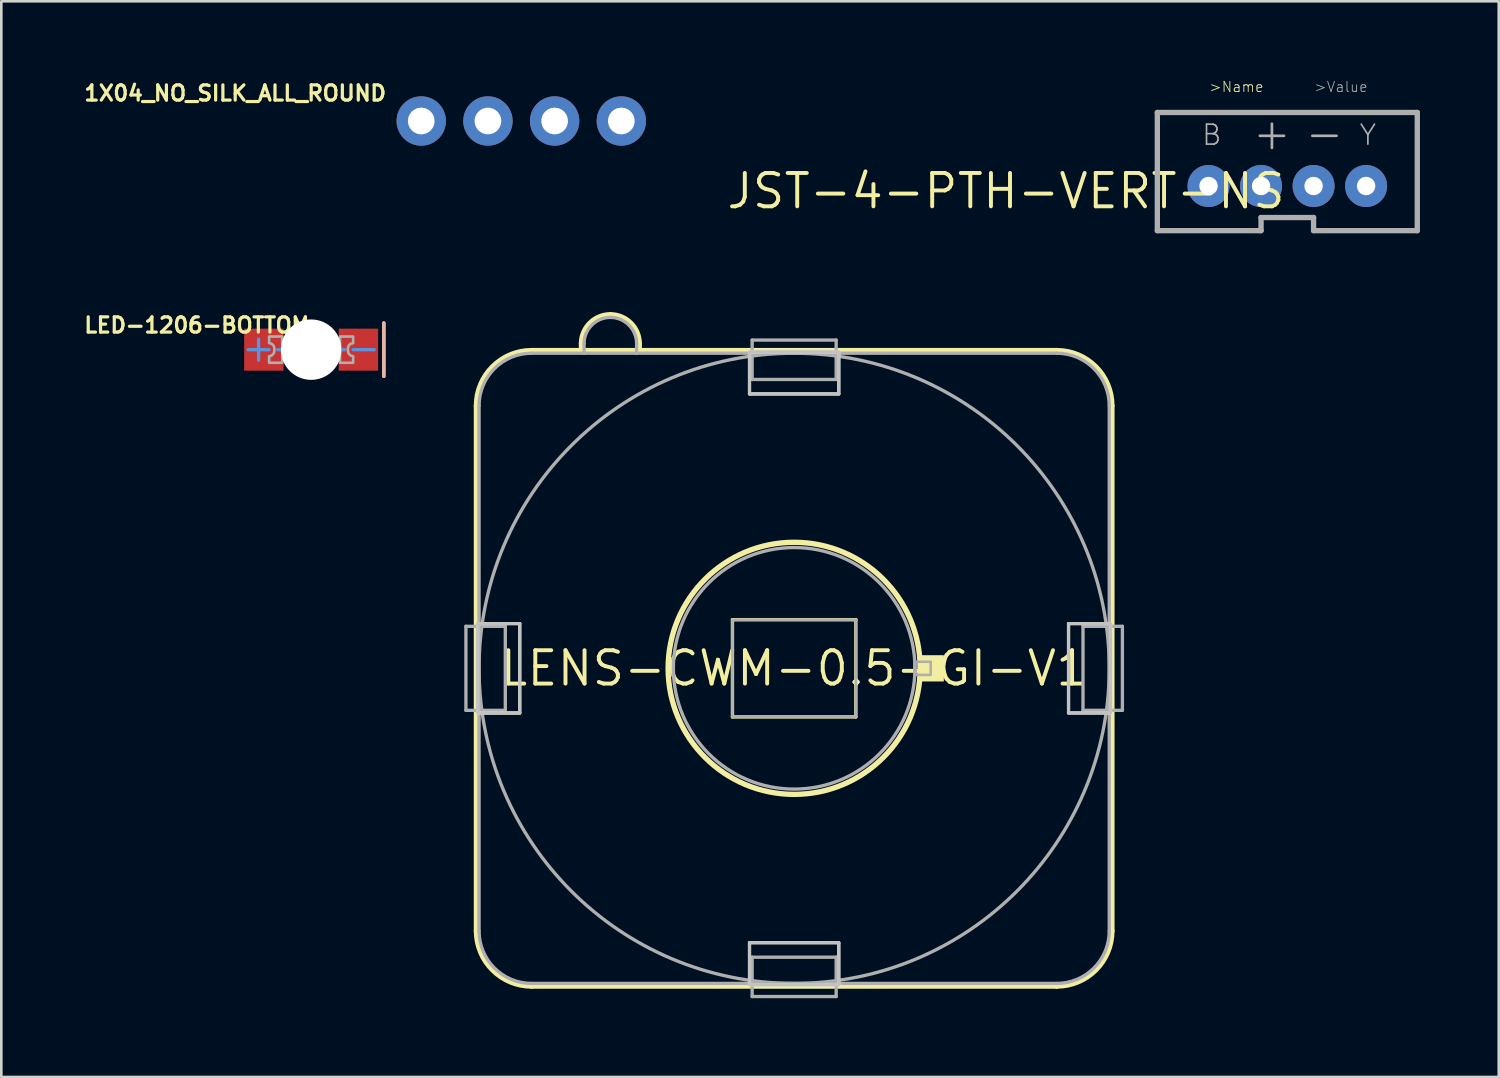
<source format=kicad_pcb>
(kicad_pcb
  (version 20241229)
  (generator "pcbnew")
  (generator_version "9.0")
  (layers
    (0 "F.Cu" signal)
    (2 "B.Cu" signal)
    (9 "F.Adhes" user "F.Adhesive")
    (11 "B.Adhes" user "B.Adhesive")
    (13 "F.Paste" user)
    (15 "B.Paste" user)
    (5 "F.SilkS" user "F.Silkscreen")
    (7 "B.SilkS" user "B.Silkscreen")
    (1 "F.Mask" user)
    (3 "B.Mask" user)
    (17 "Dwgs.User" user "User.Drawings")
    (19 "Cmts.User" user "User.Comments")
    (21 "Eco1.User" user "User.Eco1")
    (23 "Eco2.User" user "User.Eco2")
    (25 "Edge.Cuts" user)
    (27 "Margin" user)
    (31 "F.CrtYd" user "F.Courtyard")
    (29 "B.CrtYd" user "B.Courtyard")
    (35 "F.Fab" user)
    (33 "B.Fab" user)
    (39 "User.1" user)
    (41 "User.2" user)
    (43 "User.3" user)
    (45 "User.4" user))
  (footprint "LENS-CWM-0.5-GI-V1"
    (layer "F.Cu")
    (at 27.194 22.402)
    (property "Reference" "LENS-CWM-0.5-GI-V1" (at 0 0 0) (layer "F.SilkS") (effects (font (size 1.27 1.27) (thickness 0.15))))
    (attr through_hole)
    (fp_line (start -12.1 -10) (end -12.1 10) (stroke (width 0.203) (type solid)) (layer "F.SilkS"))
    (fp_line (start -10 12.1) (end 10 12.1) (stroke (width 0.203) (type solid)) (layer "F.SilkS"))
    (fp_line (start -8.1 -12.1) (end -10 -12.1) (stroke (width 0.203) (type solid)) (layer "F.SilkS"))
    (fp_line (start -8.1 -12.1) (end -8.1 -12.365) (stroke (width 0.203) (type solid)) (layer "F.SilkS"))
    (fp_line (start -5.9 -12.365) (end -5.9 -12.1) (stroke (width 0.203) (type solid)) (layer "F.SilkS"))
    (fp_line (start -5.9 -12.1) (end -8.1 -12.1) (stroke (width 0.203) (type solid)) (layer "F.SilkS"))
    (fp_line (start -2.35 -1.85) (end -2.35 1.85) (stroke (width 0.127) (type solid)) (layer "F.SilkS"))
    (fp_line (start -2.35 1.85) (end 2.35 1.85) (stroke (width 0.127) (type solid)) (layer "F.SilkS"))
    (fp_line (start 2.35 -1.85) (end -2.35 -1.85) (stroke (width 0.127) (type solid)) (layer "F.SilkS"))
    (fp_line (start 2.35 1.85) (end 2.35 -1.85) (stroke (width 0.127) (type solid)) (layer "F.SilkS"))
    (fp_line (start 10 -12.1) (end -5.9 -12.1) (stroke (width 0.203) (type solid)) (layer "F.SilkS"))
    (fp_line (start 12.1 10) (end 12.1 -10) (stroke (width 0.203) (type solid)) (layer "F.SilkS"))
    (fp_arc (start -12.1 -10) (mid -11.484924 -11.484924) (end -10 -12.1) (stroke (width 0.2032) (type solid)) (layer "F.SilkS"))
    (fp_arc (start -10 12.1) (mid -11.484924 11.484924) (end -12.1 10) (stroke (width 0.2032) (type solid)) (layer "F.SilkS"))
    (fp_arc (start -8.1 -12.365) (mid -7.777817 -13.142817) (end -7 -13.465) (stroke (width 0.2032) (type solid)) (layer "F.SilkS"))
    (fp_arc (start -7 -13.465) (mid -6.222183 -13.142817) (end -5.9 -12.365) (stroke (width 0.2032) (type solid)) (layer "F.SilkS"))
    (fp_arc (start 10 -12.1) (mid 11.484924 -11.484924) (end 12.1 -10) (stroke (width 0.2032) (type solid)) (layer "F.SilkS"))
    (fp_arc (start 12.1 10) (mid 11.484924 11.484924) (end 10 12.1) (stroke (width 0.2032) (type solid)) (layer "F.SilkS"))
    (fp_circle (center 0 0) (end 4.8 0) (stroke (width 0.203) (type solid)) (fill no) (layer "F.SilkS"))
    (fp_poly (pts (xy 5.7 -0.5) (xy 4.7 -0.5) (xy 4.7 0.5) (xy 5.7 0.5)) (stroke (width 0) (type solid)) (fill yes) (layer "F.SilkS"))
    (fp_poly (pts (xy -12.05 -1.7) (xy -10.45 -1.7) (xy -10.45 1.7) (xy -12.05 1.7)) (stroke (width 0.1) (type solid)) (fill no) (layer "Dwgs.User"))
    (fp_poly (pts (xy -12.05 -1.7) (xy -10.45 -1.7) (xy -10.45 1.7) (xy -12.05 1.7)) (stroke (width 0.1) (type solid)) (fill no) (layer "Dwgs.User"))
    (fp_poly (pts (xy -1.7 12.05) (xy -1.7 10.45) (xy 1.7 10.45) (xy 1.7 12.05)) (stroke (width 0.1) (type solid)) (fill no) (layer "Dwgs.User"))
    (fp_poly (pts (xy -1.7 12.05) (xy -1.7 10.45) (xy 1.7 10.45) (xy 1.7 12.05)) (stroke (width 0.1) (type solid)) (fill no) (layer "Dwgs.User"))
    (fp_poly (pts (xy 1.7 -12.05) (xy 1.7 -10.45) (xy -1.7 -10.45) (xy -1.7 -12.05)) (stroke (width 0.1) (type solid)) (fill no) (layer "Dwgs.User"))
    (fp_poly (pts (xy 1.7 -12.05) (xy 1.7 -10.45) (xy -1.7 -10.45) (xy -1.7 -12.05)) (stroke (width 0.1) (type solid)) (fill no) (layer "Dwgs.User"))
    (fp_poly (pts (xy 12.05 1.7) (xy 10.45 1.7) (xy 10.45 -1.7) (xy 12.05 -1.7)) (stroke (width 0.1) (type solid)) (fill no) (layer "Dwgs.User"))
    (fp_poly (pts (xy 12.05 1.7) (xy 10.45 1.7) (xy 10.45 -1.7) (xy 12.05 -1.7)) (stroke (width 0.1) (type solid)) (fill no) (layer "Dwgs.User"))
    (fp_line (start -12.05 -1.7) (end -12.05 1.7) (stroke (width 0.127) (type solid)) (layer "Edge.Cuts"))
    (fp_line (start -12.05 -1.7) (end -10.45 -1.7) (stroke (width 0.127) (type solid)) (layer "Edge.Cuts"))
    (fp_line (start -10.45 -1.7) (end -10.45 1.7) (stroke (width 0.127) (type solid)) (layer "Edge.Cuts"))
    (fp_line (start -10.45 1.7) (end -12.05 1.7) (stroke (width 0.127) (type solid)) (layer "Edge.Cuts"))
    (fp_line (start -1.7 -12.05) (end 1.7 -12.05) (stroke (width 0.127) (type solid)) (layer "Edge.Cuts"))
    (fp_line (start -1.7 -10.45) (end -1.7 -12.05) (stroke (width 0.127) (type solid)) (layer "Edge.Cuts"))
    (fp_line (start -1.7 -10.45) (end 1.7 -10.45) (stroke (width 0.127) (type solid)) (layer "Edge.Cuts"))
    (fp_line (start -1.7 10.45) (end 1.7 10.45) (stroke (width 0.127) (type solid)) (layer "Edge.Cuts"))
    (fp_line (start -1.7 12.05) (end -1.7 10.45) (stroke (width 0.127) (type solid)) (layer "Edge.Cuts"))
    (fp_line (start -1.7 12.05) (end 1.7 12.05) (stroke (width 0.127) (type solid)) (layer "Edge.Cuts"))
    (fp_line (start 1.7 -12.05) (end 1.7 -10.45) (stroke (width 0.127) (type solid)) (layer "Edge.Cuts"))
    (fp_line (start 1.7 10.45) (end 1.7 12.05) (stroke (width 0.127) (type solid)) (layer "Edge.Cuts"))
    (fp_line (start 10.45 -1.7) (end 10.45 1.7) (stroke (width 0.127) (type solid)) (layer "Edge.Cuts"))
    (fp_line (start 10.45 -1.7) (end 12.05 -1.7) (stroke (width 0.127) (type solid)) (layer "Edge.Cuts"))
    (fp_line (start 12.05 -1.7) (end 12.05 1.7) (stroke (width 0.127) (type solid)) (layer "Edge.Cuts"))
    (fp_line (start 12.05 1.7) (end 10.45 1.7) (stroke (width 0.127) (type solid)) (layer "Edge.Cuts"))
    (fp_poly (pts (xy -12.05 -1.7) (xy -10.45 -1.7) (xy -10.45 1.7) (xy -12.05 1.7)) (stroke (width 0.1) (type solid)) (fill no) (layer "Edge.Cuts"))
    (fp_poly (pts (xy -12.05 -1.7) (xy -10.45 -1.7) (xy -10.45 1.7) (xy -12.05 1.7)) (stroke (width 0.1) (type solid)) (fill no) (layer "Edge.Cuts"))
    (fp_poly (pts (xy -1.7 12.05) (xy -1.7 10.45) (xy 1.7 10.45) (xy 1.7 12.05)) (stroke (width 0.1) (type solid)) (fill no) (layer "Edge.Cuts"))
    (fp_poly (pts (xy 1.7 -12.05) (xy 1.7 -10.45) (xy -1.7 -10.45) (xy -1.7 -12.05)) (stroke (width 0.1) (type solid)) (fill no) (layer "Edge.Cuts"))
    (fp_poly (pts (xy 12.05 1.7) (xy 10.45 1.7) (xy 10.45 -1.7) (xy 12.05 -1.7)) (stroke (width 0.1) (type solid)) (fill no) (layer "Edge.Cuts"))
    (fp_line (start -12.5 -1.6) (end -12.5 1.6) (stroke (width 0.127) (type solid)) (layer "F.Fab"))
    (fp_line (start -12.5 -1.6) (end -11 -1.6) (stroke (width 0.127) (type solid)) (layer "F.Fab"))
    (fp_line (start -12.5 1.6) (end -11 1.6) (stroke (width 0.127) (type solid)) (layer "F.Fab"))
    (fp_line (start -12 -10) (end -12 10) (stroke (width 0.127) (type solid)) (layer "F.Fab"))
    (fp_line (start -11 1.6) (end -11 -1.6) (stroke (width 0.127) (type solid)) (layer "F.Fab"))
    (fp_line (start -10 12) (end 10 12) (stroke (width 0.127) (type solid)) (layer "F.Fab"))
    (fp_line (start -8 -12) (end -10 -12) (stroke (width 0.127) (type solid)) (layer "F.Fab"))
    (fp_line (start -8 -12) (end -8 -12.365) (stroke (width 0.127) (type solid)) (layer "F.Fab"))
    (fp_line (start -6 -12.365) (end -6 -12) (stroke (width 0.127) (type solid)) (layer "F.Fab"))
    (fp_line (start -6 -12) (end -8 -12) (stroke (width 0.127) (type solid)) (layer "F.Fab"))
    (fp_line (start -1.6 -12.5) (end -1.6 -11) (stroke (width 0.127) (type solid)) (layer "F.Fab"))
    (fp_line (start -1.6 -11) (end 1.6 -11) (stroke (width 0.127) (type solid)) (layer "F.Fab"))
    (fp_line (start -1.6 12.5) (end -1.6 11) (stroke (width 0.127) (type solid)) (layer "F.Fab"))
    (fp_line (start -1.6 12.5) (end 1.6 12.5) (stroke (width 0.127) (type solid)) (layer "F.Fab"))
    (fp_line (start 1.6 -12.5) (end -1.6 -12.5) (stroke (width 0.127) (type solid)) (layer "F.Fab"))
    (fp_line (start 1.6 -12.5) (end 1.6 -11) (stroke (width 0.127) (type solid)) (layer "F.Fab"))
    (fp_line (start 1.6 11) (end -1.6 11) (stroke (width 0.127) (type solid)) (layer "F.Fab"))
    (fp_line (start 1.6 12.5) (end 1.6 11) (stroke (width 0.127) (type solid)) (layer "F.Fab"))
    (fp_line (start 4.6 -0.2) (end 4.6 0.2) (stroke (width 0.127) (type solid)) (layer "F.Fab"))
    (fp_line (start 10 -12) (end -6 -12) (stroke (width 0.127) (type solid)) (layer "F.Fab"))
    (fp_line (start 11 -1.6) (end 11 1.6) (stroke (width 0.127) (type solid)) (layer "F.Fab"))
    (fp_line (start 12 10) (end 12 -10) (stroke (width 0.127) (type solid)) (layer "F.Fab"))
    (fp_line (start 12.5 -1.6) (end 11 -1.6) (stroke (width 0.127) (type solid)) (layer "F.Fab"))
    (fp_line (start 12.5 1.6) (end 11 1.6) (stroke (width 0.127) (type solid)) (layer "F.Fab"))
    (fp_line (start 12.5 1.6) (end 12.5 -1.6) (stroke (width 0.127) (type solid)) (layer "F.Fab"))
    (fp_arc (start -12 -10) (mid -11.414214 -11.414214) (end -10 -12) (stroke (width 0.127) (type solid)) (layer "F.Fab"))
    (fp_arc (start -10 12) (mid -11.414214 11.414214) (end -12 10) (stroke (width 0.127) (type solid)) (layer "F.Fab"))
    (fp_arc (start -8 -12.365) (mid -7.707107 -13.072107) (end -7 -13.365) (stroke (width 0.127) (type solid)) (layer "F.Fab"))
    (fp_arc (start -7 -13.365) (mid -6.292893 -13.072107) (end -6 -12.365) (stroke (width 0.127) (type solid)) (layer "F.Fab"))
    (fp_arc (start 10 -12) (mid 11.414214 -11.414214) (end 12 -10) (stroke (width 0.127) (type solid)) (layer "F.Fab"))
    (fp_arc (start 12 10) (mid 11.414214 11.414214) (end 10 12) (stroke (width 0.127) (type solid)) (layer "F.Fab"))
    (fp_circle (center 0 0) (end 4.6 0) (stroke (width 0.127) (type solid)) (fill no) (layer "F.Fab"))
    (fp_circle (center 0 0) (end 12 0) (stroke (width 0.127) (type solid)) (fill no) (layer "F.Fab"))
    (fp_poly (pts (xy 2.35 -1.85) (xy -2.35 -1.85) (xy -2.35 1.85) (xy 2.35 1.85)) (stroke (width 0.1) (type solid)) (fill no) (layer "F.Fab"))
    (fp_poly (pts (xy 5.2 -0.25) (xy 4.6 -0.25) (xy 4.6 0.25) (xy 5.2 0.25)) (stroke (width 0.1) (type solid)) (fill no) (layer "F.Fab")))
  (footprint "1X04_NO_SILK_ALL_ROUND"
    (layer "F.Cu")
    (at 12.992 1.558)
    (property "Reference" "1X04_NO_SILK_ALL_ROUND" (at -1.27 -1.397 0) (layer "F.SilkS") (effects (font (size 0.579 0.579) (thickness 0.122)) (justify right top)))
    (attr through_hole)
    (fp_poly (pts (xy -0.254 0.254) (xy 0.254 0.254) (xy 0.254 -0.254) (xy -0.254 -0.254)) (stroke (width 0.1) (type solid)) (fill no) (layer "F.Fab"))
    (fp_poly (pts (xy 2.286 0.254) (xy 2.794 0.254) (xy 2.794 -0.254) (xy 2.286 -0.254)) (stroke (width 0.1) (type solid)) (fill no) (layer "F.Fab"))
    (fp_poly (pts (xy 4.826 0.254) (xy 5.334 0.254) (xy 5.334 -0.254) (xy 4.826 -0.254)) (stroke (width 0.1) (type solid)) (fill no) (layer "F.Fab"))
    (fp_poly (pts (xy 7.366 0.254) (xy 7.874 0.254) (xy 7.874 -0.254) (xy 7.366 -0.254)) (stroke (width 0.1) (type solid)) (fill no) (layer "F.Fab"))
    (pad "1" thru_hole circle (at 0 0 90) (size 1.88 1.88) (drill 1.016) (layers "*.Cu" "*.Mask"))
    (pad "2" thru_hole circle (at 2.54 0 90) (size 1.88 1.88) (drill 1.016) (layers "*.Cu" "*.Mask"))
    (pad "3" thru_hole circle (at 5.08 0 90) (size 1.88 1.88) (drill 1.016) (layers "*.Cu" "*.Mask"))
    (pad "4" thru_hole circle (at 7.62 0 90) (size 1.88 1.88) (drill 1.016) (layers "*.Cu" "*.Mask")))
  (footprint "JST-4-PTH-VERT-NS"
    (layer "F.Cu")
    (at 45.975 3.484)
    (property "Reference" "JST-4-PTH-VERT-NS" (at 0 0 0) (layer "F.SilkS") (effects (font (size 1.27 1.27) (thickness 0.15)) (justify right top)))
    (attr through_hole)
    (fp_line (start -4.95 -2.25) (end 4.95 -2.25) (stroke (width 0.203) (type solid)) (layer "F.Fab"))
    (fp_line (start -4.95 2.25) (end -4.95 -2.25) (stroke (width 0.203) (type solid)) (layer "F.Fab"))
    (fp_line (start -1 1.75) (end -1 2.25) (stroke (width 0.203) (type solid)) (layer "F.Fab"))
    (fp_line (start -1 1.75) (end 1 1.75) (stroke (width 0.203) (type solid)) (layer "F.Fab"))
    (fp_line (start -1 2.25) (end -4.95 2.25) (stroke (width 0.203) (type solid)) (layer "F.Fab"))
    (fp_line (start 1 1.75) (end 1 2.25) (stroke (width 0.203) (type solid)) (layer "F.Fab"))
    (fp_line (start 4.95 -2.25) (end 4.95 2.25) (stroke (width 0.203) (type solid)) (layer "F.Fab"))
    (fp_line (start 4.95 2.25) (end 1 2.25) (stroke (width 0.203) (type solid)) (layer "F.Fab"))
    (fp_text user ">Name" (at -3 -3 0) (layer "F.SilkS") (effects (font (size 0.386 0.386) (thickness 0.033)) (justify left bottom)))
    (fp_text user "Y" (at 2.7 -0.95 0) (layer "F.Fab") (effects (font (size 0.76 0.76) (thickness 0.064)) (justify left bottom)))
    (fp_text user "B" (at -3.3 -0.95 0) (layer "F.Fab") (effects (font (size 0.76 0.76) (thickness 0.064)) (justify left bottom)))
    (fp_text user "+" (at -1.4 -0.75 0) (layer "F.Fab") (effects (font (size 1.206 1.206) (thickness 0.102)) (justify left bottom)))
    (fp_text user "-" (at 0.6 -0.75 0) (layer "F.Fab") (effects (font (size 1.206 1.206) (thickness 0.102)) (justify left bottom)))
    (fp_text user ">Value" (at 1 -3 0) (layer "F.Fab") (effects (font (size 0.386 0.386) (thickness 0.033)) (justify left bottom)))
    (pad "1" thru_hole circle (at -3 0.55) (size 1.6 1.6) (drill 0.7) (layers "*.Cu" "*.Mask"))
    (pad "2" thru_hole circle (at -1 0.55) (size 1.6 1.6) (drill 0.7) (layers "*.Cu" "*.Mask"))
    (pad "3" thru_hole circle (at 1 0.55) (size 1.6 1.6) (drill 0.7) (layers "*.Cu" "*.Mask"))
    (pad "4" thru_hole circle (at 3 0.55) (size 1.6 1.6) (drill 0.7) (layers "*.Cu" "*.Mask")))
  (footprint "LED-1206-BOTTOM"
    (layer "F.Cu")
    (at 8.799 10.266)
    (property "Reference" "LED-1206-BOTTOM" (at 0 -1.27 0) (layer "F.SilkS") (effects (font (size 0.579 0.579) (thickness 0.122)) (justify right top)))
    (attr through_hole)
    (fp_line (start 2.769 -1.016) (end 2.769 1.016) (stroke (width 0.127) (type solid)) (layer "F.SilkS"))
    (fp_line (start 2.769 -1.016) (end 2.769 1.016) (stroke (width 0.127) (type solid)) (layer "B.SilkS"))
    (fp_line (start -2.4 0) (end -1.6 0) (stroke (width 0.127) (type solid)) (layer "Cmts.User"))
    (fp_line (start -2 -0.4) (end -2 0.4) (stroke (width 0.127) (type solid)) (layer "Cmts.User"))
    (fp_line (start -1.27 0) (end -0.381 0) (stroke (width 0.127) (type solid)) (layer "Cmts.User"))
    (fp_line (start -0.381 -0.635) (end 0.254 0) (stroke (width 0.127) (type solid)) (layer "Cmts.User"))
    (fp_line (start -0.381 0) (end -0.381 -0.635) (stroke (width 0.127) (type solid)) (layer "Cmts.User"))
    (fp_line (start -0.381 0.635) (end -0.381 0) (stroke (width 0.127) (type solid)) (layer "Cmts.User"))
    (fp_line (start 0.254 0) (end -0.381 0.635) (stroke (width 0.127) (type solid)) (layer "Cmts.User"))
    (fp_line (start 0.254 0) (end 0.254 -0.635) (stroke (width 0.127) (type solid)) (layer "Cmts.User"))
    (fp_line (start 0.254 0) (end 0.254 0.635) (stroke (width 0.127) (type solid)) (layer "Cmts.User"))
    (fp_line (start 0.254 0) (end 1.27 0) (stroke (width 0.127) (type solid)) (layer "Cmts.User"))
    (fp_line (start 1.6 0) (end 2.4 0) (stroke (width 0.127) (type solid)) (layer "Cmts.User"))
    (fp_poly (pts (xy -0.75 0.75) (xy 0.75 0.75) (xy 0.75 -0.75) (xy -0.75 -0.75)) (stroke (width 0.1) (type solid)) (fill no) (layer "F.Fab"))
    (fp_poly (pts (xy -1.1 -0.5) (xy -1.1 0.5) (xy -1.6 0.5) (xy -1.6 0.25) (xy -1.6 0.25) (xy -1.5 0.223) (xy -1.427 0.15) (xy -1.4 0.05) (xy -1.4 -0.05) (xy -1.4 -0.05) (xy -1.427 -0.15) (xy -1.5 -0.223) (xy -1.6 -0.25) (xy -1.6 -0.5)) (stroke (width 0.1) (type solid)) (fill no) (layer "F.Fab"))
    (fp_poly (pts (xy 1.1 0.5) (xy 1.1 -0.5) (xy 1.6 -0.5) (xy 1.6 -0.25) (xy 1.6 -0.25) (xy 1.5 -0.223) (xy 1.427 -0.15) (xy 1.4 -0.05) (xy 1.4 0.05) (xy 1.4 0.05) (xy 1.427 0.15) (xy 1.5 0.223) (xy 1.6 0.25) (xy 1.6 0.5)) (stroke (width 0.1) (type solid)) (fill no) (layer "F.Fab"))
    (pad "" np_thru_hole circle (at 0 0) (size 2.3 2.3) (drill 2.3) (layers "*.Cu" "*.Mask"))
    (pad "A" smd rect (at -1.8 0) (size 1.5 1.6) (layers "F.Cu" "F.Mask" "F.Paste"))
    (pad "C" smd rect (at 1.8 0) (size 1.5 1.6) (layers "F.Cu" "F.Mask" "F.Paste")))
  (gr_rect
    (start -3 -3)
    (end 54.027 37.965)
    (stroke (width 0.1) (type default))
    (fill no)
    (layer "Edge.Cuts")))
</source>
